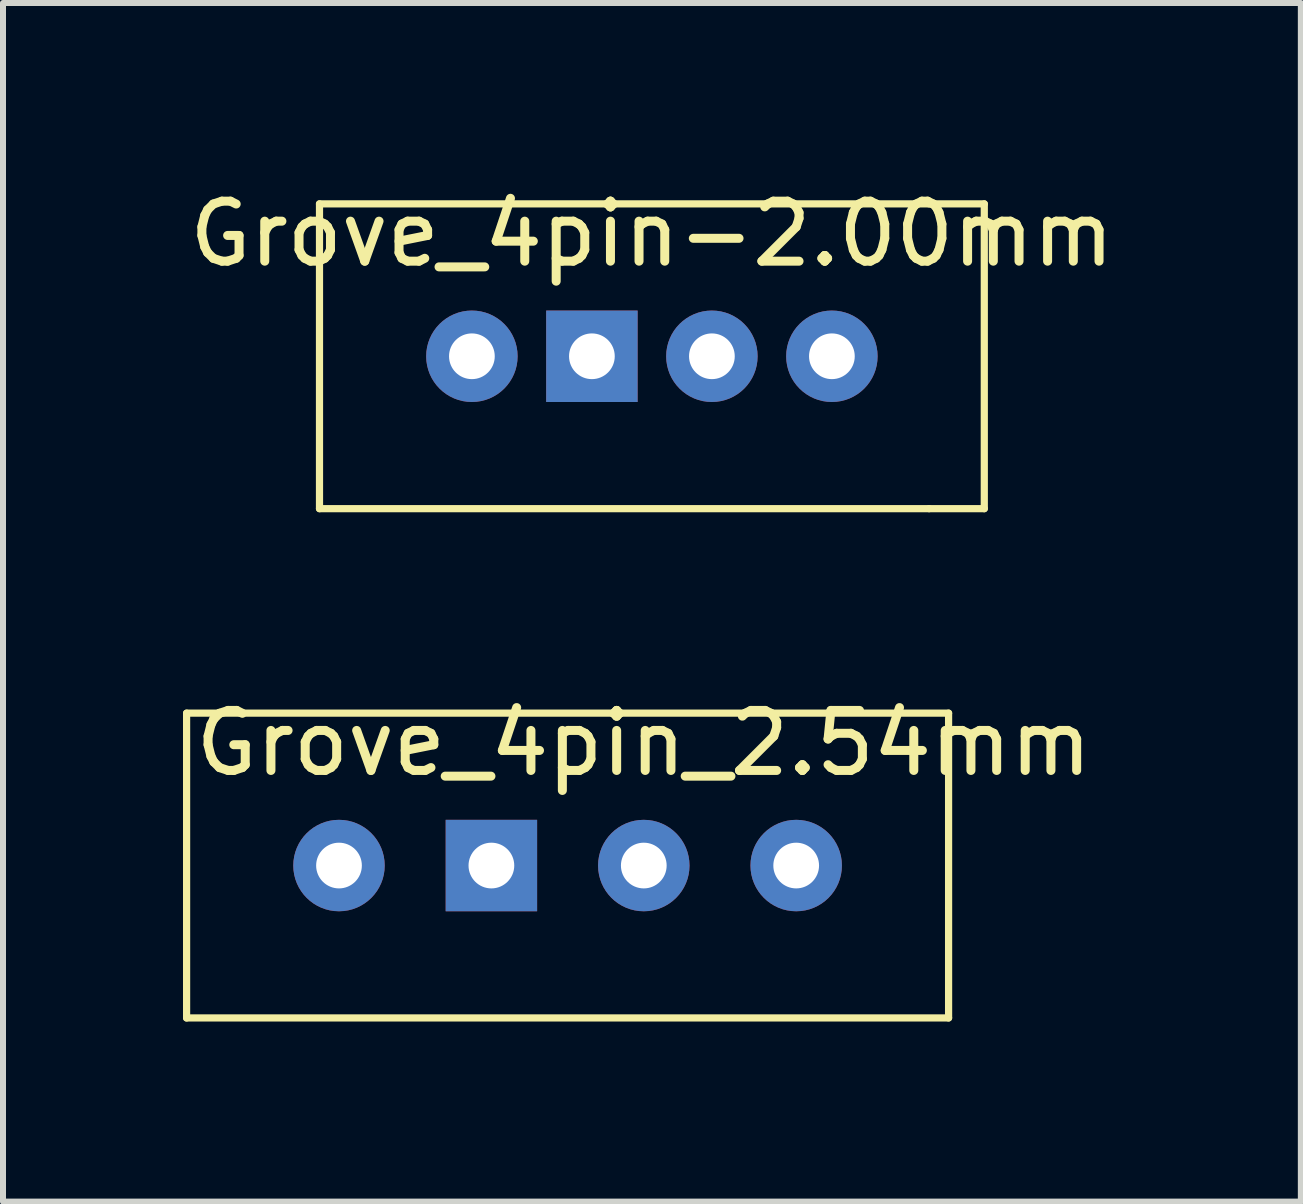
<source format=kicad_pcb>
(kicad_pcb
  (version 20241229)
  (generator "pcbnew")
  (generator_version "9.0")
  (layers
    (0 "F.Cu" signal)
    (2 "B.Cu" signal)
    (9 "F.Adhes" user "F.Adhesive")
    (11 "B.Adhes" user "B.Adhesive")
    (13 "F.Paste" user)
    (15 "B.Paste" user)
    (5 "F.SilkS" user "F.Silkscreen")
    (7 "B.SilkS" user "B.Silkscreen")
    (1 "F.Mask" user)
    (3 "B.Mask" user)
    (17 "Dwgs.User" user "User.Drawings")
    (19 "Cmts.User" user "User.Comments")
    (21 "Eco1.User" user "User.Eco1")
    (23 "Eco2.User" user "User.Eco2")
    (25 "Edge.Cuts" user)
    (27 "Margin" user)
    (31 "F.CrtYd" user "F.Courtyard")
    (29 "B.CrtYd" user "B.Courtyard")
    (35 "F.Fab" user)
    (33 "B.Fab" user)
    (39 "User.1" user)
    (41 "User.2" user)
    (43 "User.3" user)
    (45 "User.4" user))
  (footprint "Grove_4pin_2.54mm"
    (layer "F.Cu")
    (at 7.68 8.836)
    (property "Reference" "Grove_4pin_2.54mm" (at 0 0.5 0) (layer "F.SilkS") (effects (font (size 1 1) (thickness 0.15))))
    (attr through_hole)
    (fp_line (start -7.62 0) (end 5.08 0) (stroke (width 0.12) (type solid)) (layer "F.SilkS"))
    (fp_line (start -7.62 5.08) (end -7.62 0) (stroke (width 0.12) (type solid)) (layer "F.SilkS"))
    (fp_line (start 5.08 0) (end 5.08 5.08) (stroke (width 0.12) (type solid)) (layer "F.SilkS"))
    (fp_line (start 5.08 5.08) (end -7.62 5.08) (stroke (width 0.12) (type solid)) (layer "F.SilkS"))
    (pad "1" thru_hole circle (at -5.08 2.54) (size 1.524 1.524) (drill 0.762) (layers "*.Cu" "*.Mask"))
    (pad "2" thru_hole rect (at -2.54 2.54) (size 1.524 1.524) (drill 0.762) (layers "*.Cu" "*.Mask"))
    (pad "3" thru_hole circle (at 0 2.54) (size 1.524 1.524) (drill 0.762) (layers "*.Cu" "*.Mask"))
    (pad "4" thru_hole circle (at 2.54 2.54) (size 1.524 1.524) (drill 0.762) (layers "*.Cu" "*.Mask")))
  (footprint "Grove_4pin-2.00mm"
    (layer "F.Cu")
    (at 7.815 0.348)
    (property "Reference" "Grove_4pin-2.00mm" (at 0 0.5 0) (layer "F.SilkS") (effects (font (size 1 1) (thickness 0.15))))
    (attr through_hole)
    (fp_line (start -5.54 0) (end -5.54 5.08) (stroke (width 0.12) (type solid)) (layer "F.SilkS"))
    (fp_line (start -5.54 5.08) (end 4.62 5.08) (stroke (width 0.12) (type solid)) (layer "F.SilkS"))
    (fp_line (start 4.62 0) (end -5.54 0) (stroke (width 0.12) (type solid)) (layer "F.SilkS"))
    (fp_line (start 4.62 5.08) (end 5.54 5.08) (stroke (width 0.12) (type solid)) (layer "F.SilkS"))
    (fp_line (start 5.54 0) (end 4.62 0) (stroke (width 0.12) (type solid)) (layer "F.SilkS"))
    (fp_line (start 5.54 5.08) (end 5.54 0) (stroke (width 0.12) (type solid)) (layer "F.SilkS"))
    (pad "1" thru_hole circle (at -3 2.54) (size 1.524 1.524) (drill 0.762) (layers "*.Cu" "*.Mask"))
    (pad "2" thru_hole rect (at -1 2.54) (size 1.524 1.524) (drill 0.762) (layers "*.Cu" "*.Mask"))
    (pad "3" thru_hole circle (at 1 2.54) (size 1.524 1.524) (drill 0.762) (layers "*.Cu" "*.Mask"))
    (pad "4" thru_hole circle (at 3 2.54) (size 1.524 1.524) (drill 0.762) (layers "*.Cu" "*.Mask")))
  (gr_rect
    (start -3 -3)
    (end 18.631 16.977)
    (stroke (width 0.1) (type default))
    (fill no)
    (layer "Edge.Cuts")))
</source>
